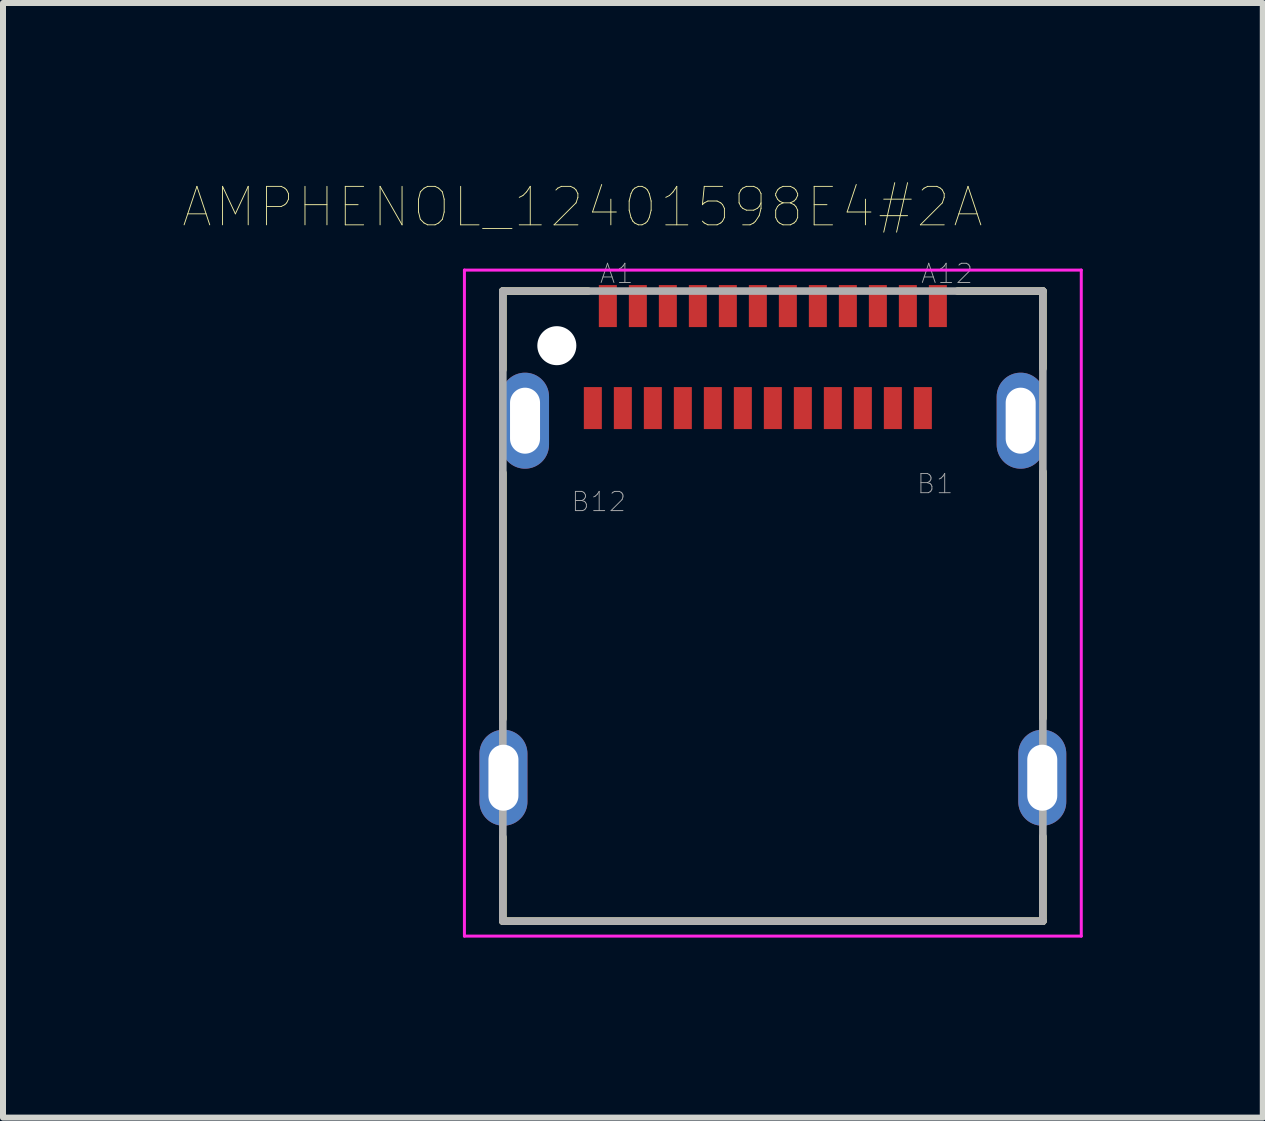
<source format=kicad_pcb>
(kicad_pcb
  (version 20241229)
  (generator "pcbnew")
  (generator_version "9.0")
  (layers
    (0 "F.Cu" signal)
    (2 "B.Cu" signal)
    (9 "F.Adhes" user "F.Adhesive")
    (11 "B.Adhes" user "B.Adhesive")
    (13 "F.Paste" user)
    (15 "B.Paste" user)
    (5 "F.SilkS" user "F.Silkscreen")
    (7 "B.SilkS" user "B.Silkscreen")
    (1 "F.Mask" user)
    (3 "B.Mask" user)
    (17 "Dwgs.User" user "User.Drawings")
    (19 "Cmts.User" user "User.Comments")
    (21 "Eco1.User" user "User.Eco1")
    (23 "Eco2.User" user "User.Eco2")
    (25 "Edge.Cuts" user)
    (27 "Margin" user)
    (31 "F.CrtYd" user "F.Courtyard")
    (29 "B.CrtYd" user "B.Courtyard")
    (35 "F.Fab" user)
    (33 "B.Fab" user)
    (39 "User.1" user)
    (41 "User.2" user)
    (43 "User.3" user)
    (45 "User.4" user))
  (footprint "AMPHENOL_12401598E4#2A"
    (layer "F.Cu")
    (at 9.83 2.711)
    (property "Reference" "AMPHENOL_12401598E4#2A" (at -3.173 -2.31 0) (layer "F.SilkS") (effects (font (size 0.641 0.641) (thickness 0.015))))
    (attr through_hole)
    (fp_line (start -4.5 -0.91) (end -4.5 0.4) (stroke (width 0.127) (type solid)) (layer "F.SilkS"))
    (fp_line (start -4.5 2.12) (end -4.5 6.22) (stroke (width 0.127) (type solid)) (layer "F.SilkS"))
    (fp_line (start -4.5 8.19) (end -4.5 9.59) (stroke (width 0.127) (type solid)) (layer "F.SilkS"))
    (fp_line (start -4.5 9.59) (end 4.5 9.59) (stroke (width 0.127) (type solid)) (layer "F.SilkS"))
    (fp_line (start -3.08 -0.91) (end -4.5 -0.91) (stroke (width 0.127) (type solid)) (layer "F.SilkS"))
    (fp_line (start 4.5 -0.91) (end 3.08 -0.91) (stroke (width 0.127) (type solid)) (layer "F.SilkS"))
    (fp_line (start 4.5 0.38) (end 4.5 -0.91) (stroke (width 0.127) (type solid)) (layer "F.SilkS"))
    (fp_line (start 4.5 6.21) (end 4.5 2.1) (stroke (width 0.127) (type solid)) (layer "F.SilkS"))
    (fp_line (start 4.5 9.59) (end 4.5 8.18) (stroke (width 0.127) (type solid)) (layer "F.SilkS"))
    (fp_line (start 3.45 -0.325) (end 3.75 -0.325) (stroke (width 0.0001) (type solid)) (layer "Edge.Cuts"))
    (fp_line (start 3.75 0.325) (end 3.45 0.325) (stroke (width 0.0001) (type solid)) (layer "Edge.Cuts"))
    (fp_arc (start 3.45 0.325) (mid 3.125 0) (end 3.45 -0.325) (stroke (width 0.0001) (type solid)) (layer "Edge.Cuts"))
    (fp_arc (start 3.75 -0.325) (mid 4.075 0) (end 3.75 0.325) (stroke (width 0.0001) (type solid)) (layer "Edge.Cuts"))
    (fp_line (start -5.14 -1.26) (end 5.14 -1.26) (stroke (width 0.05) (type solid)) (layer "F.CrtYd"))
    (fp_line (start -5.14 9.84) (end -5.14 -1.26) (stroke (width 0.05) (type solid)) (layer "F.CrtYd"))
    (fp_line (start 5.14 -1.26) (end 5.14 9.84) (stroke (width 0.05) (type solid)) (layer "F.CrtYd"))
    (fp_line (start 5.14 9.84) (end -5.14 9.84) (stroke (width 0.05) (type solid)) (layer "F.CrtYd"))
    (fp_line (start -4.5 -0.91) (end 4.5 -0.91) (stroke (width 0.127) (type solid)) (layer "F.Fab"))
    (fp_line (start -4.5 9.59) (end -4.5 -0.91) (stroke (width 0.127) (type solid)) (layer "F.Fab"))
    (fp_line (start 4.5 -0.91) (end 4.5 9.59) (stroke (width 0.127) (type solid)) (layer "F.Fab"))
    (fp_line (start 4.5 9.59) (end -4.5 9.59) (stroke (width 0.127) (type solid)) (layer "F.Fab"))
    (fp_text user "B12" (at -2.902 2.601 0) (layer "F.Fab") (effects (font (size 0.32 0.32) (thickness 0.015))))
    (fp_text user "A12" (at 2.903 -1.201 0) (layer "F.Fab") (effects (font (size 0.32 0.32) (thickness 0.015))))
    (fp_text user "A1" (at -2.603 -1.201 0) (layer "F.Fab") (effects (font (size 0.32 0.32) (thickness 0.015))))
    (fp_text user "B1" (at 2.704 2.303 0) (layer "F.Fab") (effects (font (size 0.32 0.32) (thickness 0.015))))
    (pad "" np_thru_hole circle (at -3.6 0) (size 0.65 0.65) (drill 0.65) (layers "*.Cu" "*.Mask"))
    (pad "A1" smd rect (at -2.75 -0.66) (size 0.3 0.7) (layers "F.Cu" "F.Mask" "F.Paste"))
    (pad "A2" smd rect (at -2.25 -0.66) (size 0.3 0.7) (layers "F.Cu" "F.Mask" "F.Paste"))
    (pad "A3" smd rect (at -1.75 -0.66) (size 0.3 0.7) (layers "F.Cu" "F.Mask" "F.Paste"))
    (pad "A4" smd rect (at -1.25 -0.66) (size 0.3 0.7) (layers "F.Cu" "F.Mask" "F.Paste"))
    (pad "A5" smd rect (at -0.75 -0.66) (size 0.3 0.7) (layers "F.Cu" "F.Mask" "F.Paste"))
    (pad "A6" smd rect (at -0.25 -0.66) (size 0.3 0.7) (layers "F.Cu" "F.Mask" "F.Paste"))
    (pad "A7" smd rect (at 0.25 -0.66) (size 0.3 0.7) (layers "F.Cu" "F.Mask" "F.Paste"))
    (pad "A8" smd rect (at 0.75 -0.66) (size 0.3 0.7) (layers "F.Cu" "F.Mask" "F.Paste"))
    (pad "A9" smd rect (at 1.25 -0.66) (size 0.3 0.7) (layers "F.Cu" "F.Mask" "F.Paste"))
    (pad "A10" smd rect (at 1.75 -0.66) (size 0.3 0.7) (layers "F.Cu" "F.Mask" "F.Paste"))
    (pad "A11" smd rect (at 2.25 -0.66) (size 0.3 0.7) (layers "F.Cu" "F.Mask" "F.Paste"))
    (pad "A12" smd rect (at 2.75 -0.66) (size 0.3 0.7) (layers "F.Cu" "F.Mask" "F.Paste"))
    (pad "B1" smd rect (at 2.5 1.04) (size 0.3 0.7) (layers "F.Cu" "F.Mask" "F.Paste"))
    (pad "B2" smd rect (at 2 1.04) (size 0.3 0.7) (layers "F.Cu" "F.Mask" "F.Paste"))
    (pad "B3" smd rect (at 1.5 1.04) (size 0.3 0.7) (layers "F.Cu" "F.Mask" "F.Paste"))
    (pad "B4" smd rect (at 1 1.04) (size 0.3 0.7) (layers "F.Cu" "F.Mask" "F.Paste"))
    (pad "B5" smd rect (at 0.5 1.04) (size 0.3 0.7) (layers "F.Cu" "F.Mask" "F.Paste"))
    (pad "B6" smd rect (at 0 1.04) (size 0.3 0.7) (layers "F.Cu" "F.Mask" "F.Paste"))
    (pad "B7" smd rect (at -0.5 1.04) (size 0.3 0.7) (layers "F.Cu" "F.Mask" "F.Paste"))
    (pad "B8" smd rect (at -1 1.04) (size 0.3 0.7) (layers "F.Cu" "F.Mask" "F.Paste"))
    (pad "B9" smd rect (at -1.5 1.04) (size 0.3 0.7) (layers "F.Cu" "F.Mask" "F.Paste"))
    (pad "B10" smd rect (at -2 1.04) (size 0.3 0.7) (layers "F.Cu" "F.Mask" "F.Paste"))
    (pad "B11" smd rect (at -2.5 1.04) (size 0.3 0.7) (layers "F.Cu" "F.Mask" "F.Paste"))
    (pad "B12" smd rect (at -3 1.04) (size 0.3 0.7) (layers "F.Cu" "F.Mask" "F.Paste"))
    (pad "SH1" thru_hole oval (at -4.13 1.25) (size 0.8 1.6) (drill oval 0.5 1.1) (layers "*.Cu" "*.Mask"))
    (pad "SH2" thru_hole oval (at -4.49 7.2) (size 0.8 1.6) (drill oval 0.5 1.1) (layers "*.Cu" "*.Mask"))
    (pad "SH3" thru_hole oval (at 4.49 7.2) (size 0.8 1.6) (drill oval 0.5 1.1) (layers "*.Cu" "*.Mask"))
    (pad "SH4" thru_hole oval (at 4.13 1.25) (size 0.8 1.6) (drill oval 0.5 1.1) (layers "*.Cu" "*.Mask")))
  (gr_rect
    (start -3 -3)
    (end 17.995 15.576)
    (stroke (width 0.1) (type default))
    (fill no)
    (layer "Edge.Cuts")))
</source>
